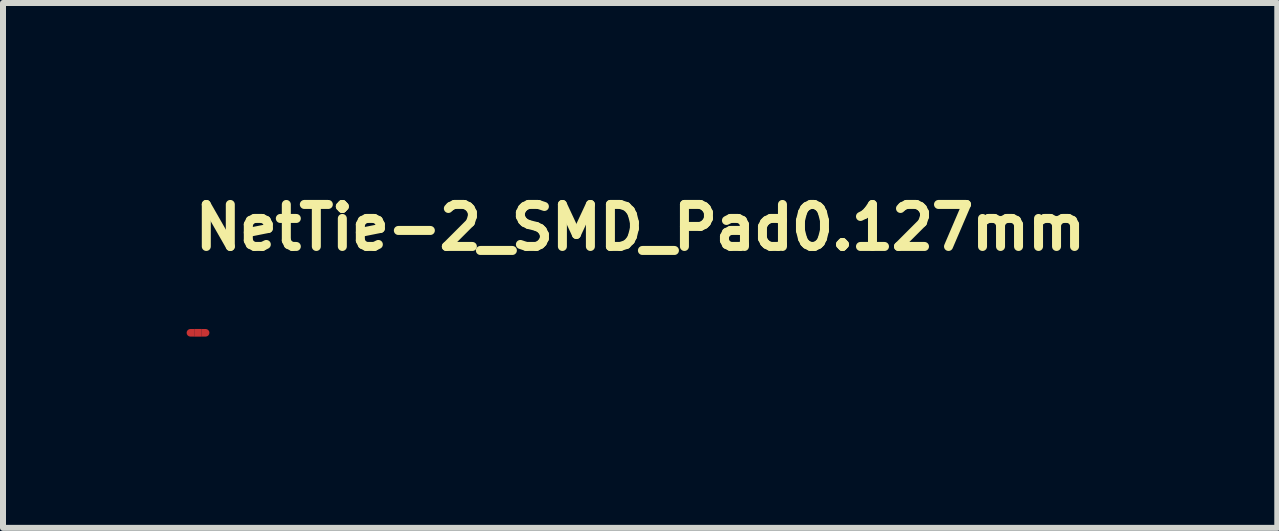
<source format=kicad_pcb>
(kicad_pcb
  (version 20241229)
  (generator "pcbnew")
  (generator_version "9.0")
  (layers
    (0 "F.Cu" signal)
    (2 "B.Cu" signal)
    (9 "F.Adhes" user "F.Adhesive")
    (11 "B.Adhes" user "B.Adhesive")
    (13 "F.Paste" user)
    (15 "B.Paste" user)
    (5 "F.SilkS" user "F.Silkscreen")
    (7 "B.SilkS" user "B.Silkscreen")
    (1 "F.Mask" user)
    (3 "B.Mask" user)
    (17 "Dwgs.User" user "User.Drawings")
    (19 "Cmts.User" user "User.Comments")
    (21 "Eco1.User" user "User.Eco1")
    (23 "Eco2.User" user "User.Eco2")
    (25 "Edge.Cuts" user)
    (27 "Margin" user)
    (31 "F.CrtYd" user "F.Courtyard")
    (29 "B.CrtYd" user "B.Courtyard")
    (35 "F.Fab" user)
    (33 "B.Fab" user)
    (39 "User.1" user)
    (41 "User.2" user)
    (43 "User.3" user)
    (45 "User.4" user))
  (footprint "NetTie-2_SMD_Pad0.127mm"
    (layer "F.Cu")
    (at 0.25 2.495)
    (property "Reference" "NetTie-2_SMD_Pad0.127mm" (at -0.128 -1.345 0) (layer "F.SilkS") (effects (font (size 0.7 0.7) (thickness 0.15)) (justify left bottom)))
    (attr smd exclude_from_pos_files exclude_from_bom)
    (fp_poly (pts (xy -0.064 -0.064) (xy 0.062 -0.064) (xy 0.062 0.064) (xy -0.064 0.064)) (stroke (width 0) (type solid)) (fill yes) (layer "F.Cu"))
    (pad "1" smd roundrect (at -0.127 0 180) (size 0.127 0.127) (layers "F.Cu") (roundrect_rratio 0.5) (chamfer_ratio 0) (chamfer top_left bottom_left))
    (pad "2" smd roundrect (at 0.126 0) (size 0.127 0.127) (layers "F.Cu") (roundrect_rratio 0.5) (chamfer_ratio 0) (chamfer top_left bottom_left)))
  (gr_rect
    (start -3 -3)
    (end 18.232 5.745)
    (stroke (width 0.1) (type default))
    (fill no)
    (layer "Edge.Cuts")))
</source>
